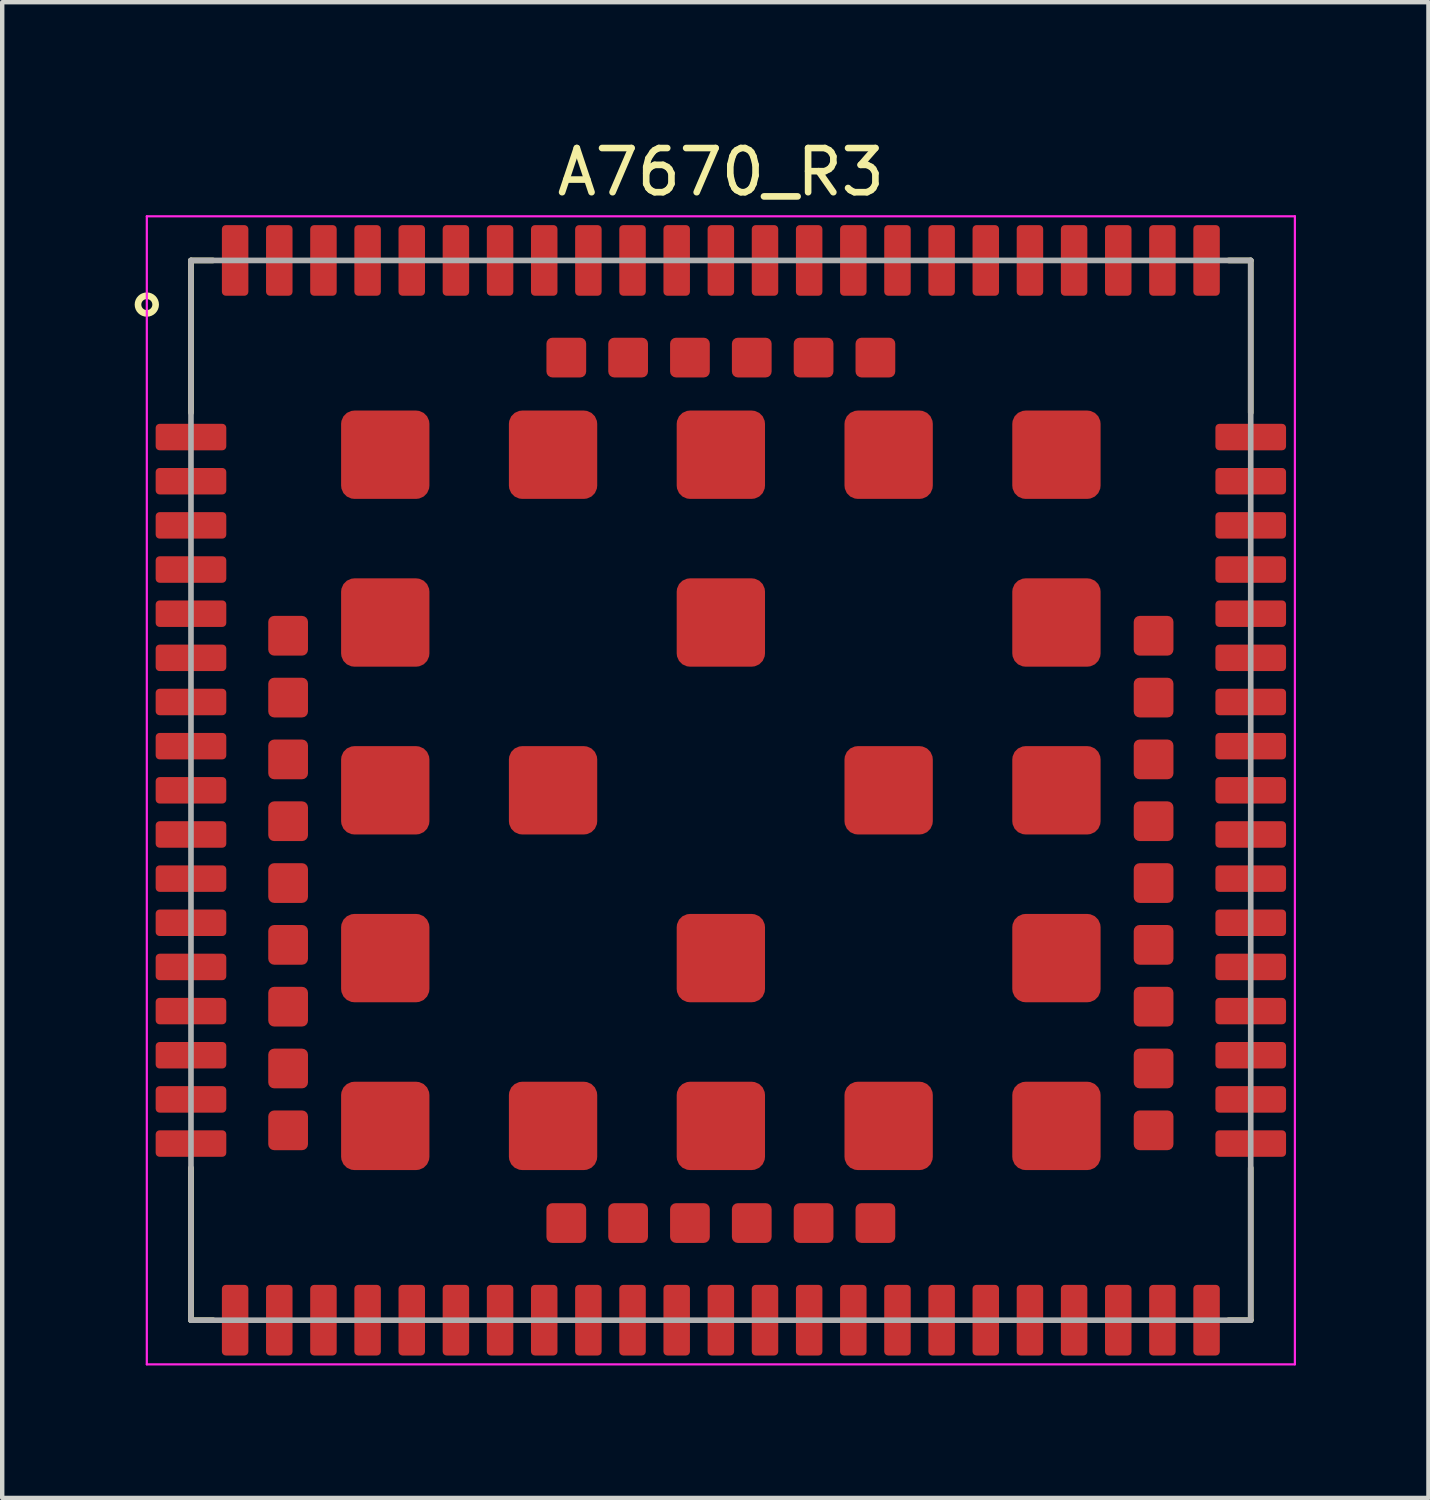
<source format=kicad_pcb>
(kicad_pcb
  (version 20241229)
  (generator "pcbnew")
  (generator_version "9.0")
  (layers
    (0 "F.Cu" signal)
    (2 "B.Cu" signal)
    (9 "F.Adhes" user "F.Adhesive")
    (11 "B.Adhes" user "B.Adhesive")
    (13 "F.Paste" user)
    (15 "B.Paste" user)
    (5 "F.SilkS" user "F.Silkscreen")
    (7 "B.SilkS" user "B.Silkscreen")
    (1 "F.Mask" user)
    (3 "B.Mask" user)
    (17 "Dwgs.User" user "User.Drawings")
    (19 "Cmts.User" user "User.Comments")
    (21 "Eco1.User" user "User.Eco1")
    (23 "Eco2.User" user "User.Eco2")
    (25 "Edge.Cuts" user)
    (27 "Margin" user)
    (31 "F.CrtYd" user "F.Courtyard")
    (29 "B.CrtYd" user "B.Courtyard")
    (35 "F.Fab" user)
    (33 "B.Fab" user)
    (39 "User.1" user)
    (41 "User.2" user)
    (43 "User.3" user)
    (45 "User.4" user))
  (footprint "A7670_R3"
    (layer "F.Cu")
    (at 13.275 14.848)
    (property "Reference" "A7670_R3" (at 0 -14 0) (layer "F.SilkS") (effects (font (size 1 1) (thickness 0.15))))
    (attr smd)
    (fp_line (start -12 -12) (end -11.5 -12) (stroke (width 0.127) (type solid)) (layer "F.SilkS"))
    (fp_line (start -12 -8.55) (end -12 -12) (stroke (width 0.127) (type solid)) (layer "F.SilkS"))
    (fp_line (start -12 8.55) (end -12 12) (stroke (width 0.127) (type solid)) (layer "F.SilkS"))
    (fp_line (start -12 12) (end -11.5 12) (stroke (width 0.127) (type solid)) (layer "F.SilkS"))
    (fp_line (start 11.5 -12) (end 12 -12) (stroke (width 0.127) (type solid)) (layer "F.SilkS"))
    (fp_line (start 12 -12) (end 12 -8.55) (stroke (width 0.127) (type solid)) (layer "F.SilkS"))
    (fp_line (start 12 8.55) (end 12 12) (stroke (width 0.127) (type solid)) (layer "F.SilkS"))
    (fp_line (start 12 12) (end 11.5 12) (stroke (width 0.127) (type solid)) (layer "F.SilkS"))
    (fp_circle (center -13 -11) (end -12.8 -11) (stroke (width 0.15) (type solid)) (fill no) (layer "F.SilkS"))
    (fp_line (start -13 -13) (end -13 13) (stroke (width 0.05) (type solid)) (layer "F.CrtYd"))
    (fp_line (start -13 -13) (end 13 -13) (stroke (width 0.05) (type solid)) (layer "F.CrtYd"))
    (fp_line (start 13 -13) (end 13 13) (stroke (width 0.05) (type solid)) (layer "F.CrtYd"))
    (fp_line (start 13 13) (end -13 13) (stroke (width 0.05) (type solid)) (layer "F.CrtYd"))
    (fp_line (start -12 -12) (end 12 -12) (stroke (width 0.127) (type solid)) (layer "F.Fab"))
    (fp_line (start -12 12) (end -12 -12) (stroke (width 0.127) (type solid)) (layer "F.Fab"))
    (fp_line (start 12 -12) (end 12 12) (stroke (width 0.127) (type solid)) (layer "F.Fab"))
    (fp_line (start 12 12) (end -12 12) (stroke (width 0.127) (type solid)) (layer "F.Fab"))
    (pad "1" smd roundrect (at -12 -8) (size 1.6 0.6) (layers "F.Cu" "F.Mask" "F.Paste") (roundrect_rratio 0.15))
    (pad "2" smd roundrect (at -12 -7) (size 1.6 0.6) (layers "F.Cu" "F.Mask" "F.Paste") (roundrect_rratio 0.15))
    (pad "3" smd roundrect (at -12 -6) (size 1.6 0.6) (layers "F.Cu" "F.Mask" "F.Paste") (roundrect_rratio 0.15))
    (pad "4" smd roundrect (at -12 -5) (size 1.6 0.6) (layers "F.Cu" "F.Mask" "F.Paste") (roundrect_rratio 0.15))
    (pad "5" smd roundrect (at -12 -4) (size 1.6 0.6) (layers "F.Cu" "F.Mask" "F.Paste") (roundrect_rratio 0.15))
    (pad "6" smd roundrect (at -12 -3) (size 1.6 0.6) (layers "F.Cu" "F.Mask" "F.Paste") (roundrect_rratio 0.15))
    (pad "7" smd roundrect (at -12 -2) (size 1.6 0.6) (layers "F.Cu" "F.Mask" "F.Paste") (roundrect_rratio 0.15))
    (pad "8" smd roundrect (at -12 -1) (size 1.6 0.6) (layers "F.Cu" "F.Mask" "F.Paste") (roundrect_rratio 0.15))
    (pad "9" smd roundrect (at -12 0) (size 1.6 0.6) (layers "F.Cu" "F.Mask" "F.Paste") (roundrect_rratio 0.15))
    (pad "10" smd roundrect (at -12 1) (size 1.6 0.6) (layers "F.Cu" "F.Mask" "F.Paste") (roundrect_rratio 0.15))
    (pad "11" smd roundrect (at -12 2) (size 1.6 0.6) (layers "F.Cu" "F.Mask" "F.Paste") (roundrect_rratio 0.15))
    (pad "12" smd roundrect (at -12 3) (size 1.6 0.6) (layers "F.Cu" "F.Mask" "F.Paste") (roundrect_rratio 0.15))
    (pad "13" smd roundrect (at -12 4) (size 1.6 0.6) (layers "F.Cu" "F.Mask" "F.Paste") (roundrect_rratio 0.15))
    (pad "14" smd roundrect (at -12 5) (size 1.6 0.6) (layers "F.Cu" "F.Mask" "F.Paste") (roundrect_rratio 0.15))
    (pad "15" smd roundrect (at -12 6) (size 1.6 0.6) (layers "F.Cu" "F.Mask" "F.Paste") (roundrect_rratio 0.15))
    (pad "16" smd roundrect (at -12 7) (size 1.6 0.6) (layers "F.Cu" "F.Mask" "F.Paste") (roundrect_rratio 0.15))
    (pad "17" smd roundrect (at -12 8) (size 1.6 0.6) (layers "F.Cu" "F.Mask" "F.Paste") (roundrect_rratio 0.15))
    (pad "18" smd roundrect (at -8 12 90) (size 1.6 0.6) (layers "F.Cu" "F.Mask" "F.Paste") (roundrect_rratio 0.15))
    (pad "19" smd roundrect (at -7 12 90) (size 1.6 0.6) (layers "F.Cu" "F.Mask" "F.Paste") (roundrect_rratio 0.15))
    (pad "20" smd roundrect (at -6 12 90) (size 1.6 0.6) (layers "F.Cu" "F.Mask" "F.Paste") (roundrect_rratio 0.15))
    (pad "21" smd roundrect (at -5 12 90) (size 1.6 0.6) (layers "F.Cu" "F.Mask" "F.Paste") (roundrect_rratio 0.15))
    (pad "22" smd roundrect (at -4 12 90) (size 1.6 0.6) (layers "F.Cu" "F.Mask" "F.Paste") (roundrect_rratio 0.15))
    (pad "23" smd roundrect (at -3 12 90) (size 1.6 0.6) (layers "F.Cu" "F.Mask" "F.Paste") (roundrect_rratio 0.15))
    (pad "24" smd roundrect (at -2 12 90) (size 1.6 0.6) (layers "F.Cu" "F.Mask" "F.Paste") (roundrect_rratio 0.15))
    (pad "25" smd roundrect (at -1 12 90) (size 1.6 0.6) (layers "F.Cu" "F.Mask" "F.Paste") (roundrect_rratio 0.15))
    (pad "26" smd roundrect (at 0 12 90) (size 1.6 0.6) (layers "F.Cu" "F.Mask" "F.Paste") (roundrect_rratio 0.15))
    (pad "27" smd roundrect (at 1 12 90) (size 1.6 0.6) (layers "F.Cu" "F.Mask" "F.Paste") (roundrect_rratio 0.15))
    (pad "28" smd roundrect (at 2 12 90) (size 1.6 0.6) (layers "F.Cu" "F.Mask" "F.Paste") (roundrect_rratio 0.15))
    (pad "29" smd roundrect (at 3 12 90) (size 1.6 0.6) (layers "F.Cu" "F.Mask" "F.Paste") (roundrect_rratio 0.15))
    (pad "30" smd roundrect (at 4 12 90) (size 1.6 0.6) (layers "F.Cu" "F.Mask" "F.Paste") (roundrect_rratio 0.15))
    (pad "31" smd roundrect (at 5 12 90) (size 1.6 0.6) (layers "F.Cu" "F.Mask" "F.Paste") (roundrect_rratio 0.15))
    (pad "32" smd roundrect (at 6 12 90) (size 1.6 0.6) (layers "F.Cu" "F.Mask" "F.Paste") (roundrect_rratio 0.15))
    (pad "33" smd roundrect (at 7 12 90) (size 1.6 0.6) (layers "F.Cu" "F.Mask" "F.Paste") (roundrect_rratio 0.15))
    (pad "34" smd roundrect (at 8 12 90) (size 1.6 0.6) (layers "F.Cu" "F.Mask" "F.Paste") (roundrect_rratio 0.15))
    (pad "35" smd roundrect (at 12 8 180) (size 1.6 0.6) (layers "F.Cu" "F.Mask" "F.Paste") (roundrect_rratio 0.15))
    (pad "36" smd roundrect (at 12 7 180) (size 1.6 0.6) (layers "F.Cu" "F.Mask" "F.Paste") (roundrect_rratio 0.15))
    (pad "37" smd roundrect (at 12 6 180) (size 1.6 0.6) (layers "F.Cu" "F.Mask" "F.Paste") (roundrect_rratio 0.15))
    (pad "38" smd roundrect (at 12 5 180) (size 1.6 0.6) (layers "F.Cu" "F.Mask" "F.Paste") (roundrect_rratio 0.15))
    (pad "39" smd roundrect (at 12 4 180) (size 1.6 0.6) (layers "F.Cu" "F.Mask" "F.Paste") (roundrect_rratio 0.15))
    (pad "40" smd roundrect (at 12 3 180) (size 1.6 0.6) (layers "F.Cu" "F.Mask" "F.Paste") (roundrect_rratio 0.15))
    (pad "41" smd roundrect (at 12 2 180) (size 1.6 0.6) (layers "F.Cu" "F.Mask" "F.Paste") (roundrect_rratio 0.15))
    (pad "42" smd roundrect (at 12 1 180) (size 1.6 0.6) (layers "F.Cu" "F.Mask" "F.Paste") (roundrect_rratio 0.15))
    (pad "43" smd roundrect (at 12 0 180) (size 1.6 0.6) (layers "F.Cu" "F.Mask" "F.Paste") (roundrect_rratio 0.15))
    (pad "44" smd roundrect (at 12 -1 180) (size 1.6 0.6) (layers "F.Cu" "F.Mask" "F.Paste") (roundrect_rratio 0.15))
    (pad "45" smd roundrect (at 12 -2 180) (size 1.6 0.6) (layers "F.Cu" "F.Mask" "F.Paste") (roundrect_rratio 0.15))
    (pad "46" smd roundrect (at 12 -3 180) (size 1.6 0.6) (layers "F.Cu" "F.Mask" "F.Paste") (roundrect_rratio 0.15))
    (pad "47" smd roundrect (at 12 -4 180) (size 1.6 0.6) (layers "F.Cu" "F.Mask" "F.Paste") (roundrect_rratio 0.15))
    (pad "48" smd roundrect (at 12 -5 180) (size 1.6 0.6) (layers "F.Cu" "F.Mask" "F.Paste") (roundrect_rratio 0.15))
    (pad "49" smd roundrect (at 12 -6 180) (size 1.6 0.6) (layers "F.Cu" "F.Mask" "F.Paste") (roundrect_rratio 0.15))
    (pad "50" smd roundrect (at 12 -7 180) (size 1.6 0.6) (layers "F.Cu" "F.Mask" "F.Paste") (roundrect_rratio 0.15))
    (pad "51" smd roundrect (at 12 -8 180) (size 1.6 0.6) (layers "F.Cu" "F.Mask" "F.Paste") (roundrect_rratio 0.15))
    (pad "52" smd roundrect (at 8 -12 270) (size 1.6 0.6) (layers "F.Cu" "F.Mask" "F.Paste") (roundrect_rratio 0.15))
    (pad "53" smd roundrect (at 7 -12 270) (size 1.6 0.6) (layers "F.Cu" "F.Mask" "F.Paste") (roundrect_rratio 0.15))
    (pad "54" smd roundrect (at 6 -12 270) (size 1.6 0.6) (layers "F.Cu" "F.Mask" "F.Paste") (roundrect_rratio 0.15))
    (pad "55" smd roundrect (at 5 -12 270) (size 1.6 0.6) (layers "F.Cu" "F.Mask" "F.Paste") (roundrect_rratio 0.15))
    (pad "56" smd roundrect (at 4 -12 270) (size 1.6 0.6) (layers "F.Cu" "F.Mask" "F.Paste") (roundrect_rratio 0.15))
    (pad "57" smd roundrect (at 3 -12 270) (size 1.6 0.6) (layers "F.Cu" "F.Mask" "F.Paste") (roundrect_rratio 0.15))
    (pad "58" smd roundrect (at 2 -12 270) (size 1.6 0.6) (layers "F.Cu" "F.Mask" "F.Paste") (roundrect_rratio 0.15))
    (pad "59" smd roundrect (at 1 -12 270) (size 1.6 0.6) (layers "F.Cu" "F.Mask" "F.Paste") (roundrect_rratio 0.15))
    (pad "60" smd roundrect (at 0 -12 270) (size 1.6 0.6) (layers "F.Cu" "F.Mask" "F.Paste") (roundrect_rratio 0.15))
    (pad "61" smd roundrect (at -1 -12 270) (size 1.6 0.6) (layers "F.Cu" "F.Mask" "F.Paste") (roundrect_rratio 0.15))
    (pad "62" smd roundrect (at -2 -12 270) (size 1.6 0.6) (layers "F.Cu" "F.Mask" "F.Paste") (roundrect_rratio 0.15))
    (pad "63" smd roundrect (at -3 -12 270) (size 1.6 0.6) (layers "F.Cu" "F.Mask" "F.Paste") (roundrect_rratio 0.15))
    (pad "64" smd roundrect (at -4 -12 270) (size 1.6 0.6) (layers "F.Cu" "F.Mask" "F.Paste") (roundrect_rratio 0.15))
    (pad "65" smd roundrect (at -5 -12 270) (size 1.6 0.6) (layers "F.Cu" "F.Mask" "F.Paste") (roundrect_rratio 0.15))
    (pad "66" smd roundrect (at -6 -12 270) (size 1.6 0.6) (layers "F.Cu" "F.Mask" "F.Paste") (roundrect_rratio 0.15))
    (pad "67" smd roundrect (at -7 -12 270) (size 1.6 0.6) (layers "F.Cu" "F.Mask" "F.Paste") (roundrect_rratio 0.15))
    (pad "68" smd roundrect (at -8 -12 270) (size 1.6 0.6) (layers "F.Cu" "F.Mask" "F.Paste") (roundrect_rratio 0.15))
    (pad "69" smd roundrect (at -7.6 -7.6) (size 2 2) (layers "F.Cu" "F.Mask" "F.Paste") (roundrect_rratio 0.15))
    (pad "70" smd roundrect (at -7.6 -3.8) (size 2 2) (layers "F.Cu" "F.Mask" "F.Paste") (roundrect_rratio 0.15))
    (pad "71" smd roundrect (at -7.6 0) (size 2 2) (layers "F.Cu" "F.Mask" "F.Paste") (roundrect_rratio 0.15))
    (pad "72" smd roundrect (at -7.6 3.8) (size 2 2) (layers "F.Cu" "F.Mask" "F.Paste") (roundrect_rratio 0.15))
    (pad "73" smd roundrect (at -7.6 7.6) (size 2 2) (layers "F.Cu" "F.Mask" "F.Paste") (roundrect_rratio 0.15))
    (pad "74" smd roundrect (at -3.8 7.6) (size 2 2) (layers "F.Cu" "F.Mask" "F.Paste") (roundrect_rratio 0.15))
    (pad "75" smd roundrect (at 0 7.6) (size 2 2) (layers "F.Cu" "F.Mask" "F.Paste") (roundrect_rratio 0.15))
    (pad "76" smd roundrect (at 3.8 7.6) (size 2 2) (layers "F.Cu" "F.Mask" "F.Paste") (roundrect_rratio 0.15))
    (pad "77" smd roundrect (at 7.6 7.6) (size 2 2) (layers "F.Cu" "F.Mask" "F.Paste") (roundrect_rratio 0.15))
    (pad "78" smd roundrect (at 7.6 3.8) (size 2 2) (layers "F.Cu" "F.Mask" "F.Paste") (roundrect_rratio 0.15))
    (pad "79" smd roundrect (at 7.6 0) (size 2 2) (layers "F.Cu" "F.Mask" "F.Paste") (roundrect_rratio 0.15))
    (pad "80" smd roundrect (at 7.6 -3.8) (size 2 2) (layers "F.Cu" "F.Mask" "F.Paste") (roundrect_rratio 0.15))
    (pad "81" smd roundrect (at 7.6 -7.6) (size 2 2) (layers "F.Cu" "F.Mask" "F.Paste") (roundrect_rratio 0.15))
    (pad "82" smd roundrect (at 3.8 -7.6) (size 2 2) (layers "F.Cu" "F.Mask" "F.Paste") (roundrect_rratio 0.15))
    (pad "83" smd roundrect (at 0 -7.6) (size 2 2) (layers "F.Cu" "F.Mask" "F.Paste") (roundrect_rratio 0.15))
    (pad "84" smd roundrect (at -3.8 -7.6) (size 2 2) (layers "F.Cu" "F.Mask" "F.Paste") (roundrect_rratio 0.15))
    (pad "85" smd roundrect (at -3.8 0) (size 2 2) (layers "F.Cu" "F.Mask" "F.Paste") (roundrect_rratio 0.15))
    (pad "86" smd roundrect (at 0 3.8) (size 2 2) (layers "F.Cu" "F.Mask" "F.Paste") (roundrect_rratio 0.15))
    (pad "87" smd roundrect (at 3.8 0) (size 2 2) (layers "F.Cu" "F.Mask" "F.Paste") (roundrect_rratio 0.15))
    (pad "88" smd roundrect (at 0 -3.8) (size 2 2) (layers "F.Cu" "F.Mask" "F.Paste") (roundrect_rratio 0.15))
    (pad "89" smd roundrect (at -11 12 270) (size 1.6 0.6) (layers "F.Cu" "F.Mask" "F.Paste") (roundrect_rratio 0.15))
    (pad "90" smd roundrect (at -10 12 270) (size 1.6 0.6) (layers "F.Cu" "F.Mask" "F.Paste") (roundrect_rratio 0.15))
    (pad "91" smd roundrect (at -9 12 270) (size 1.6 0.6) (layers "F.Cu" "F.Mask" "F.Paste") (roundrect_rratio 0.15))
    (pad "92" smd roundrect (at 9 12 270) (size 1.6 0.6) (layers "F.Cu" "F.Mask" "F.Paste") (roundrect_rratio 0.15))
    (pad "93" smd roundrect (at 10 12 270) (size 1.6 0.6) (layers "F.Cu" "F.Mask" "F.Paste") (roundrect_rratio 0.15))
    (pad "94" smd roundrect (at 11 12 270) (size 1.6 0.6) (layers "F.Cu" "F.Mask" "F.Paste") (roundrect_rratio 0.15))
    (pad "95" smd roundrect (at 11 -12 270) (size 1.6 0.6) (layers "F.Cu" "F.Mask" "F.Paste") (roundrect_rratio 0.15))
    (pad "96" smd roundrect (at 10 -12 270) (size 1.6 0.6) (layers "F.Cu" "F.Mask" "F.Paste") (roundrect_rratio 0.15))
    (pad "97" smd roundrect (at 9 -12 270) (size 1.6 0.6) (layers "F.Cu" "F.Mask" "F.Paste") (roundrect_rratio 0.15))
    (pad "98" smd roundrect (at -9 -12 270) (size 1.6 0.6) (layers "F.Cu" "F.Mask" "F.Paste") (roundrect_rratio 0.15))
    (pad "99" smd roundrect (at -10 -12 270) (size 1.6 0.6) (layers "F.Cu" "F.Mask" "F.Paste") (roundrect_rratio 0.15))
    (pad "100" smd roundrect (at -11 -12 270) (size 1.6 0.6) (layers "F.Cu" "F.Mask" "F.Paste") (roundrect_rratio 0.15))
    (pad "101" smd roundrect (at -9.8 -3.5) (size 0.9 0.9) (layers "F.Cu" "F.Mask" "F.Paste") (roundrect_rratio 0.15))
    (pad "102" smd roundrect (at -9.8 -2.1) (size 0.9 0.9) (layers "F.Cu" "F.Mask" "F.Paste") (roundrect_rratio 0.15))
    (pad "103" smd roundrect (at -9.8 -0.7) (size 0.9 0.9) (layers "F.Cu" "F.Mask" "F.Paste") (roundrect_rratio 0.15))
    (pad "104" smd roundrect (at -9.8 0.7) (size 0.9 0.9) (layers "F.Cu" "F.Mask" "F.Paste") (roundrect_rratio 0.15))
    (pad "105" smd roundrect (at -9.8 2.1) (size 0.9 0.9) (layers "F.Cu" "F.Mask" "F.Paste") (roundrect_rratio 0.15))
    (pad "106" smd roundrect (at -9.8 3.5) (size 0.9 0.9) (layers "F.Cu" "F.Mask" "F.Paste") (roundrect_rratio 0.15))
    (pad "107" smd roundrect (at -3.5 9.8) (size 0.9 0.9) (layers "F.Cu" "F.Mask" "F.Paste") (roundrect_rratio 0.15))
    (pad "108" smd roundrect (at -2.1 9.8) (size 0.9 0.9) (layers "F.Cu" "F.Mask" "F.Paste") (roundrect_rratio 0.15))
    (pad "109" smd roundrect (at -0.7 9.8) (size 0.9 0.9) (layers "F.Cu" "F.Mask" "F.Paste") (roundrect_rratio 0.15))
    (pad "110" smd roundrect (at 0.7 9.8) (size 0.9 0.9) (layers "F.Cu" "F.Mask" "F.Paste") (roundrect_rratio 0.15))
    (pad "111" smd roundrect (at 2.1 9.8) (size 0.9 0.9) (layers "F.Cu" "F.Mask" "F.Paste") (roundrect_rratio 0.15))
    (pad "112" smd roundrect (at 3.5 9.8) (size 0.9 0.9) (layers "F.Cu" "F.Mask" "F.Paste") (roundrect_rratio 0.15))
    (pad "113" smd roundrect (at 9.8 3.5) (size 0.9 0.9) (layers "F.Cu" "F.Mask" "F.Paste") (roundrect_rratio 0.15))
    (pad "114" smd roundrect (at 9.8 2.1) (size 0.9 0.9) (layers "F.Cu" "F.Mask" "F.Paste") (roundrect_rratio 0.15))
    (pad "115" smd roundrect (at 9.8 0.7) (size 0.9 0.9) (layers "F.Cu" "F.Mask" "F.Paste") (roundrect_rratio 0.15))
    (pad "116" smd roundrect (at 9.8 -0.7) (size 0.9 0.9) (layers "F.Cu" "F.Mask" "F.Paste") (roundrect_rratio 0.15))
    (pad "117" smd roundrect (at 9.8 -2.1) (size 0.9 0.9) (layers "F.Cu" "F.Mask" "F.Paste") (roundrect_rratio 0.15))
    (pad "118" smd roundrect (at 9.8 -3.5) (size 0.9 0.9) (layers "F.Cu" "F.Mask" "F.Paste") (roundrect_rratio 0.15))
    (pad "119" smd roundrect (at 3.5 -9.8) (size 0.9 0.9) (layers "F.Cu" "F.Mask" "F.Paste") (roundrect_rratio 0.15))
    (pad "120" smd roundrect (at 2.1 -9.8) (size 0.9 0.9) (layers "F.Cu" "F.Mask" "F.Paste") (roundrect_rratio 0.15))
    (pad "121" smd roundrect (at 0.7 -9.8) (size 0.9 0.9) (layers "F.Cu" "F.Mask" "F.Paste") (roundrect_rratio 0.15))
    (pad "122" smd roundrect (at -0.7 -9.8) (size 0.9 0.9) (layers "F.Cu" "F.Mask" "F.Paste") (roundrect_rratio 0.15))
    (pad "123" smd roundrect (at -2.1 -9.8) (size 0.9 0.9) (layers "F.Cu" "F.Mask" "F.Paste") (roundrect_rratio 0.15))
    (pad "124" smd roundrect (at -3.5 -9.8) (size 0.9 0.9) (layers "F.Cu" "F.Mask" "F.Paste") (roundrect_rratio 0.15))
    (pad "125" smd roundrect (at -9.8 4.9) (size 0.9 0.9) (layers "F.Cu" "F.Mask" "F.Paste") (roundrect_rratio 0.15))
    (pad "126" smd roundrect (at -9.8 6.3) (size 0.9 0.9) (layers "F.Cu" "F.Mask" "F.Paste") (roundrect_rratio 0.15))
    (pad "127" smd roundrect (at -9.8 7.7) (size 0.9 0.9) (layers "F.Cu" "F.Mask" "F.Paste") (roundrect_rratio 0.15))
    (pad "128" smd roundrect (at 9.8 7.7) (size 0.9 0.9) (layers "F.Cu" "F.Mask" "F.Paste") (roundrect_rratio 0.15))
    (pad "129" smd roundrect (at 9.8 6.3) (size 0.9 0.9) (layers "F.Cu" "F.Mask" "F.Paste") (roundrect_rratio 0.15))
    (pad "130" smd roundrect (at 9.8 4.9) (size 0.9 0.9) (layers "F.Cu" "F.Mask" "F.Paste") (roundrect_rratio 0.15))
    (zone (net_name "") (layers "F.Cu" "B.Cu") (name "Forbidden") (hatch full 0.5) (connect_pads) (min_thickness 0.25) (filled_areas_thickness no) (keepout (tracks not_allowed) (vias not_allowed) (pads not_allowed) (copperpour not_allowed) (footprints allowed)) (placement (enabled no)) (fill) (polygon (pts (xy 2.375 6.098) (xy 3.875 6.098) (xy 3.875 7.598) (xy 2.375 7.598))))
    (zone (net_name "") (layers "F.Cu" "B.Cu") (name "Forbidden") (hatch full 0.5) (connect_pads) (min_thickness 0.25) (filled_areas_thickness no) (keepout (tracks not_allowed) (vias not_allowed) (pads not_allowed) (copperpour allowed) (footprints allowed)) (placement (enabled no)) (fill) (polygon (pts (xy 16.975 19.148) (xy 14.572 19.148) (xy 14.572 16.751) (xy 14.575 16.748) (xy 16.975 16.748)))))
  (gr_rect
    (start -3 -3)
    (end 29.3 30.873)
    (stroke (width 0.1) (type default))
    (fill no)
    (layer "Edge.Cuts")))
</source>
